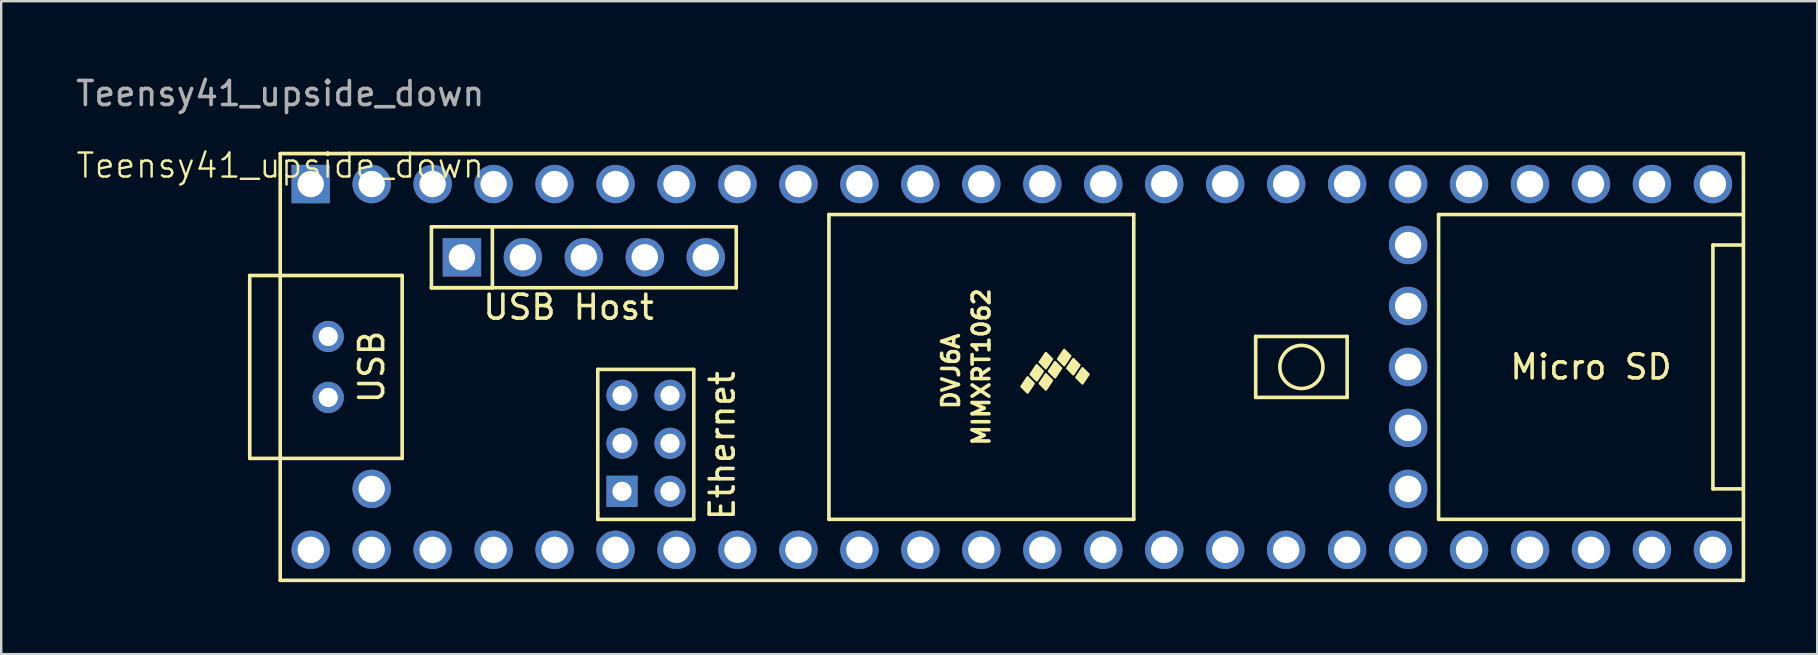
<source format=kicad_pcb>
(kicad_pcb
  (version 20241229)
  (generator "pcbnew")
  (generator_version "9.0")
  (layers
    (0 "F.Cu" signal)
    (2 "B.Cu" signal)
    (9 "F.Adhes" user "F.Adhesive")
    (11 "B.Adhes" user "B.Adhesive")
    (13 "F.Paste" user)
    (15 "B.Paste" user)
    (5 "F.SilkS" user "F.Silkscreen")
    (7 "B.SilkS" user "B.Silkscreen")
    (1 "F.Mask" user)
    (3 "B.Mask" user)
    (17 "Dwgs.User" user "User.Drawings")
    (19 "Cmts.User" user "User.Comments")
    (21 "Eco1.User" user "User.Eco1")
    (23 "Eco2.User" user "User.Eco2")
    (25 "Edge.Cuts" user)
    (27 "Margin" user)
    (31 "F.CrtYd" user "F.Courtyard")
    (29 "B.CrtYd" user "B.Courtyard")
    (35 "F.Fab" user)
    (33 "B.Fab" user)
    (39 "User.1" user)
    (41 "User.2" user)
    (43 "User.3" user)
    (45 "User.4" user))
  (footprint "Teensy41_upside_down"
    (layer "F.Cu")
    (at 8.625 3.348)
    (property "Reference" "Teensy41_upside_down" (at 0 0.5 0) (unlocked yes) (layer "F.SilkS") (effects (font (size 1 1) (thickness 0.1))))
    (attr through_hole)
    (fp_line (start -1.27 5.08) (end -1.27 12.7) (stroke (width 0.15) (type solid)) (layer "F.SilkS"))
    (fp_line (start -1.27 12.7) (end 0 12.7) (stroke (width 0.15) (type solid)) (layer "F.SilkS"))
    (fp_line (start 0 0) (end 0 17.78) (stroke (width 0.15) (type solid)) (layer "F.SilkS"))
    (fp_line (start 0 5.08) (end -1.27 5.08) (stroke (width 0.15) (type solid)) (layer "F.SilkS"))
    (fp_line (start 0 17.78) (end 60.96 17.78) (stroke (width 0.15) (type solid)) (layer "F.SilkS"))
    (fp_line (start 5.08 5.08) (end 0 5.08) (stroke (width 0.15) (type solid)) (layer "F.SilkS"))
    (fp_line (start 5.08 5.08) (end 5.08 12.7) (stroke (width 0.15) (type solid)) (layer "F.SilkS"))
    (fp_line (start 5.08 12.7) (end 0 12.7) (stroke (width 0.15) (type solid)) (layer "F.SilkS"))
    (fp_line (start 6.299 3.051) (end 6.299 5.591) (stroke (width 0.15) (type solid)) (layer "F.SilkS"))
    (fp_line (start 6.299 5.591) (end 8.839 5.591) (stroke (width 0.15) (type solid)) (layer "F.SilkS"))
    (fp_line (start 6.299 5.591) (end 18.999 5.591) (stroke (width 0.15) (type solid)) (layer "F.SilkS"))
    (fp_line (start 8.839 5.591) (end 8.839 3.051) (stroke (width 0.15) (type solid)) (layer "F.SilkS"))
    (fp_line (start 13.23 8.992) (end 17.23 8.992) (stroke (width 0.15) (type solid)) (layer "F.SilkS"))
    (fp_line (start 13.23 14.992) (end 13.23 8.992) (stroke (width 0.15) (type solid)) (layer "F.SilkS"))
    (fp_line (start 13.23 15.242) (end 13.23 14.992) (stroke (width 0.15) (type solid)) (layer "F.SilkS"))
    (fp_line (start 17.23 8.992) (end 17.23 15.242) (stroke (width 0.15) (type solid)) (layer "F.SilkS"))
    (fp_line (start 17.23 15.242) (end 13.23 15.242) (stroke (width 0.15) (type solid)) (layer "F.SilkS"))
    (fp_line (start 18.999 3.051) (end 6.299 3.051) (stroke (width 0.15) (type solid)) (layer "F.SilkS"))
    (fp_line (start 18.999 5.591) (end 18.999 3.051) (stroke (width 0.15) (type solid)) (layer "F.SilkS"))
    (fp_line (start 22.86 2.54) (end 35.56 2.54) (stroke (width 0.15) (type solid)) (layer "F.SilkS"))
    (fp_line (start 22.86 15.24) (end 22.86 2.54) (stroke (width 0.15) (type solid)) (layer "F.SilkS"))
    (fp_line (start 35.56 2.54) (end 35.56 15.24) (stroke (width 0.15) (type solid)) (layer "F.SilkS"))
    (fp_line (start 35.56 15.24) (end 22.86 15.24) (stroke (width 0.15) (type solid)) (layer "F.SilkS"))
    (fp_line (start 40.64 7.62) (end 40.64 10.16) (stroke (width 0.15) (type solid)) (layer "F.SilkS"))
    (fp_line (start 40.64 10.16) (end 44.45 10.16) (stroke (width 0.15) (type solid)) (layer "F.SilkS"))
    (fp_line (start 44.45 7.62) (end 40.64 7.62) (stroke (width 0.15) (type solid)) (layer "F.SilkS"))
    (fp_line (start 44.45 10.16) (end 44.45 7.62) (stroke (width 0.15) (type solid)) (layer "F.SilkS"))
    (fp_line (start 48.26 2.54) (end 60.96 2.54) (stroke (width 0.15) (type solid)) (layer "F.SilkS"))
    (fp_line (start 48.26 15.24) (end 48.26 2.54) (stroke (width 0.15) (type solid)) (layer "F.SilkS"))
    (fp_line (start 59.69 3.81) (end 60.96 3.81) (stroke (width 0.15) (type solid)) (layer "F.SilkS"))
    (fp_line (start 59.69 13.97) (end 59.69 3.81) (stroke (width 0.15) (type solid)) (layer "F.SilkS"))
    (fp_line (start 60.96 0) (end 0 0) (stroke (width 0.15) (type solid)) (layer "F.SilkS"))
    (fp_line (start 60.96 13.97) (end 59.69 13.97) (stroke (width 0.15) (type solid)) (layer "F.SilkS"))
    (fp_line (start 60.96 15.24) (end 48.26 15.24) (stroke (width 0.15) (type solid)) (layer "F.SilkS"))
    (fp_line (start 60.96 17.78) (end 60.96 0) (stroke (width 0.15) (type solid)) (layer "F.SilkS"))
    (fp_circle (center 42.545 8.89) (end 43.18 9.525) (stroke (width 0.15) (type solid)) (fill no) (layer "F.SilkS"))
    (fp_poly (pts (xy 31.391 9.578) (xy 31.137 9.324) (xy 30.883 9.705) (xy 31.137 9.959)) (stroke (width 0.1) (type solid)) (fill yes) (layer "F.SilkS"))
    (fp_poly (pts (xy 31.772 9.07) (xy 31.518 8.816) (xy 31.264 9.197) (xy 31.518 9.451)) (stroke (width 0.1) (type solid)) (fill yes) (layer "F.SilkS"))
    (fp_poly (pts (xy 32.153 8.562) (xy 31.899 8.308) (xy 31.645 8.689) (xy 31.899 8.943)) (stroke (width 0.1) (type solid)) (fill yes) (layer "F.SilkS"))
    (fp_poly (pts (xy 32.153 9.451) (xy 31.899 9.197) (xy 31.645 9.578) (xy 31.899 9.832)) (stroke (width 0.1) (type solid)) (fill yes) (layer "F.SilkS"))
    (fp_poly (pts (xy 32.534 8.943) (xy 32.28 8.689) (xy 32.026 9.07) (xy 32.28 9.324)) (stroke (width 0.1) (type solid)) (fill yes) (layer "F.SilkS"))
    (fp_poly (pts (xy 32.915 8.435) (xy 32.661 8.181) (xy 32.407 8.562) (xy 32.661 8.816)) (stroke (width 0.1) (type solid)) (fill yes) (layer "F.SilkS"))
    (fp_poly (pts (xy 33.296 8.816) (xy 33.042 8.562) (xy 32.788 8.943) (xy 33.042 9.197)) (stroke (width 0.1) (type solid)) (fill yes) (layer "F.SilkS"))
    (fp_poly (pts (xy 33.677 9.197) (xy 33.423 8.943) (xy 33.169 9.324) (xy 33.423 9.578)) (stroke (width 0.1) (type solid)) (fill yes) (layer "F.SilkS"))
    (fp_text user "MIMXRT1062" (at 29.21 8.89 270) (layer "F.SilkS") (effects (font (size 0.7 0.7) (thickness 0.15))))
    (fp_text user "Ethernet" (at 18.415 12.167 90) (layer "F.SilkS") (effects (font (size 1 1) (thickness 0.15))))
    (fp_text user "USB" (at 3.81 8.89 270) (layer "F.SilkS") (effects (font (size 1 1) (thickness 0.15))))
    (fp_text user "DVJ6A" (at 27.94 9.07 270) (layer "F.SilkS") (effects (font (size 0.7 0.7) (thickness 0.15))))
    (fp_text user "USB Host" (at 12.014 6.401 0) (layer "F.SilkS") (effects (font (size 1 1) (thickness 0.15))))
    (fp_text user "Micro SD" (at 54.61 8.89 0) (layer "F.SilkS") (effects (font (size 1 1) (thickness 0.15))))
    (fp_text user "${REFERENCE}" (at 0 -2.5 0) (unlocked yes) (layer "F.Fab") (effects (font (size 1 1) (thickness 0.15))))
    (pad "1" thru_hole rect (at 1.27 1.27) (size 1.6 1.6) (drill 1.1) (layers "*.Cu" "*.Mask"))
    (pad "2" thru_hole circle (at 3.81 1.27) (size 1.6 1.6) (drill 1.1) (layers "*.Cu" "*.Mask"))
    (pad "3" thru_hole circle (at 6.35 1.27) (size 1.6 1.6) (drill 1.1) (layers "*.Cu" "*.Mask"))
    (pad "4" thru_hole circle (at 8.89 1.27) (size 1.6 1.6) (drill 1.1) (layers "*.Cu" "*.Mask"))
    (pad "5" thru_hole circle (at 11.43 1.27) (size 1.6 1.6) (drill 1.1) (layers "*.Cu" "*.Mask"))
    (pad "6" thru_hole circle (at 13.97 1.27) (size 1.6 1.6) (drill 1.1) (layers "*.Cu" "*.Mask"))
    (pad "7" thru_hole circle (at 16.51 1.27) (size 1.6 1.6) (drill 1.1) (layers "*.Cu" "*.Mask"))
    (pad "8" thru_hole circle (at 19.05 1.27) (size 1.6 1.6) (drill 1.1) (layers "*.Cu" "*.Mask"))
    (pad "9" thru_hole circle (at 21.59 1.27) (size 1.6 1.6) (drill 1.1) (layers "*.Cu" "*.Mask"))
    (pad "10" thru_hole circle (at 24.13 1.27) (size 1.6 1.6) (drill 1.1) (layers "*.Cu" "*.Mask"))
    (pad "11" thru_hole circle (at 26.67 1.27) (size 1.6 1.6) (drill 1.1) (layers "*.Cu" "*.Mask"))
    (pad "12" thru_hole circle (at 29.21 1.27) (size 1.6 1.6) (drill 1.1) (layers "*.Cu" "*.Mask"))
    (pad "13" thru_hole circle (at 31.75 1.27) (size 1.6 1.6) (drill 1.1) (layers "*.Cu" "*.Mask"))
    (pad "14" thru_hole circle (at 34.29 1.27) (size 1.6 1.6) (drill 1.1) (layers "*.Cu" "*.Mask"))
    (pad "15" thru_hole circle (at 36.83 1.27) (size 1.6 1.6) (drill 1.1) (layers "*.Cu" "*.Mask"))
    (pad "16" thru_hole circle (at 39.37 1.27) (size 1.6 1.6) (drill 1.1) (layers "*.Cu" "*.Mask"))
    (pad "17" thru_hole circle (at 41.91 1.27) (size 1.6 1.6) (drill 1.1) (layers "*.Cu" "*.Mask"))
    (pad "18" thru_hole circle (at 44.45 1.27) (size 1.6 1.6) (drill 1.1) (layers "*.Cu" "*.Mask"))
    (pad "19" thru_hole circle (at 46.99 1.27) (size 1.6 1.6) (drill 1.1) (layers "*.Cu" "*.Mask"))
    (pad "20" thru_hole circle (at 49.53 1.27) (size 1.6 1.6) (drill 1.1) (layers "*.Cu" "*.Mask"))
    (pad "21" thru_hole circle (at 52.07 1.27) (size 1.6 1.6) (drill 1.1) (layers "*.Cu" "*.Mask"))
    (pad "22" thru_hole circle (at 54.61 1.27) (size 1.6 1.6) (drill 1.1) (layers "*.Cu" "*.Mask"))
    (pad "23" thru_hole circle (at 57.15 1.27) (size 1.6 1.6) (drill 1.1) (layers "*.Cu" "*.Mask"))
    (pad "24" thru_hole circle (at 59.69 1.27) (size 1.6 1.6) (drill 1.1) (layers "*.Cu" "*.Mask"))
    (pad "25" thru_hole circle (at 59.69 16.51) (size 1.6 1.6) (drill 1.1) (layers "*.Cu" "*.Mask"))
    (pad "26" thru_hole circle (at 57.15 16.51) (size 1.6 1.6) (drill 1.1) (layers "*.Cu" "*.Mask"))
    (pad "27" thru_hole circle (at 54.61 16.51) (size 1.6 1.6) (drill 1.1) (layers "*.Cu" "*.Mask"))
    (pad "28" thru_hole circle (at 52.07 16.51) (size 1.6 1.6) (drill 1.1) (layers "*.Cu" "*.Mask"))
    (pad "29" thru_hole circle (at 49.53 16.51) (size 1.6 1.6) (drill 1.1) (layers "*.Cu" "*.Mask"))
    (pad "30" thru_hole circle (at 46.99 16.51) (size 1.6 1.6) (drill 1.1) (layers "*.Cu" "*.Mask"))
    (pad "31" thru_hole circle (at 44.45 16.51) (size 1.6 1.6) (drill 1.1) (layers "*.Cu" "*.Mask"))
    (pad "32" thru_hole circle (at 41.91 16.51) (size 1.6 1.6) (drill 1.1) (layers "*.Cu" "*.Mask"))
    (pad "33" thru_hole circle (at 39.37 16.51) (size 1.6 1.6) (drill 1.1) (layers "*.Cu" "*.Mask"))
    (pad "34" thru_hole circle (at 36.83 16.51) (size 1.6 1.6) (drill 1.1) (layers "*.Cu" "*.Mask"))
    (pad "35" thru_hole circle (at 34.29 16.51) (size 1.6 1.6) (drill 1.1) (layers "*.Cu" "*.Mask"))
    (pad "36" thru_hole circle (at 31.75 16.51) (size 1.6 1.6) (drill 1.1) (layers "*.Cu" "*.Mask"))
    (pad "37" thru_hole circle (at 29.21 16.51) (size 1.6 1.6) (drill 1.1) (layers "*.Cu" "*.Mask"))
    (pad "38" thru_hole circle (at 26.67 16.51) (size 1.6 1.6) (drill 1.1) (layers "*.Cu" "*.Mask"))
    (pad "39" thru_hole circle (at 24.13 16.51) (size 1.6 1.6) (drill 1.1) (layers "*.Cu" "*.Mask"))
    (pad "40" thru_hole circle (at 21.59 16.51) (size 1.6 1.6) (drill 1.1) (layers "*.Cu" "*.Mask"))
    (pad "41" thru_hole circle (at 19.05 16.51) (size 1.6 1.6) (drill 1.1) (layers "*.Cu" "*.Mask"))
    (pad "42" thru_hole circle (at 16.51 16.51) (size 1.6 1.6) (drill 1.1) (layers "*.Cu" "*.Mask"))
    (pad "43" thru_hole circle (at 13.97 16.51) (size 1.6 1.6) (drill 1.1) (layers "*.Cu" "*.Mask"))
    (pad "44" thru_hole circle (at 11.43 16.51) (size 1.6 1.6) (drill 1.1) (layers "*.Cu" "*.Mask"))
    (pad "45" thru_hole circle (at 8.89 16.51) (size 1.6 1.6) (drill 1.1) (layers "*.Cu" "*.Mask"))
    (pad "46" thru_hole circle (at 6.35 16.51) (size 1.6 1.6) (drill 1.1) (layers "*.Cu" "*.Mask"))
    (pad "47" thru_hole circle (at 3.81 16.51) (size 1.6 1.6) (drill 1.1) (layers "*.Cu" "*.Mask"))
    (pad "48" thru_hole circle (at 1.27 16.51) (size 1.6 1.6) (drill 1.1) (layers "*.Cu" "*.Mask"))
    (pad "49" thru_hole circle (at 3.81 13.97) (size 1.6 1.6) (drill 1.1) (layers "*.Cu" "*.Mask"))
    (pad "50" thru_hole circle (at 46.99 3.81) (size 1.6 1.6) (drill 1.1) (layers "*.Cu" "*.Mask"))
    (pad "51" thru_hole circle (at 46.99 6.35) (size 1.6 1.6) (drill 1.1) (layers "*.Cu" "*.Mask"))
    (pad "52" thru_hole circle (at 46.99 8.89) (size 1.6 1.6) (drill 1.1) (layers "*.Cu" "*.Mask"))
    (pad "53" thru_hole circle (at 46.99 11.43) (size 1.6 1.6) (drill 1.1) (layers "*.Cu" "*.Mask"))
    (pad "54" thru_hole circle (at 46.99 13.97) (size 1.6 1.6) (drill 1.1) (layers "*.Cu" "*.Mask"))
    (pad "55" thru_hole rect (at 7.569 4.321) (size 1.6 1.6) (drill 1.1) (layers "*.Cu" "*.Mask"))
    (pad "56" thru_hole circle (at 10.109 4.321) (size 1.6 1.6) (drill 1.1) (layers "*.Cu" "*.Mask"))
    (pad "57" thru_hole circle (at 12.649 4.321) (size 1.6 1.6) (drill 1.1) (layers "*.Cu" "*.Mask"))
    (pad "58" thru_hole circle (at 15.189 4.321) (size 1.6 1.6) (drill 1.1) (layers "*.Cu" "*.Mask"))
    (pad "59" thru_hole circle (at 17.729 4.321) (size 1.6 1.6) (drill 1.1) (layers "*.Cu" "*.Mask"))
    (pad "60" thru_hole rect (at 14.24 14.072) (size 1.3 1.3) (drill 0.8) (layers "*.Cu" "*.Mask"))
    (pad "61" thru_hole circle (at 14.24 12.072) (size 1.3 1.3) (drill 0.8) (layers "*.Cu" "*.Mask"))
    (pad "62" thru_hole circle (at 14.24 10.072) (size 1.3 1.3) (drill 0.8) (layers "*.Cu" "*.Mask"))
    (pad "63" thru_hole circle (at 16.24 10.072) (size 1.3 1.3) (drill 0.8) (layers "*.Cu" "*.Mask"))
    (pad "64" thru_hole circle (at 16.24 12.072) (size 1.3 1.3) (drill 0.8) (layers "*.Cu" "*.Mask"))
    (pad "65" thru_hole circle (at 16.24 14.072) (size 1.3 1.3) (drill 0.8) (layers "*.Cu" "*.Mask"))
    (pad "66" thru_hole circle (at 2 10.16) (size 1.3 1.3) (drill 0.8) (layers "*.Cu" "*.Mask"))
    (pad "67" thru_hole circle (at 2 7.62) (size 1.3 1.3) (drill 0.8) (layers "*.Cu" "*.Mask")))
  (gr_rect
    (start -3 -3)
    (end 72.66 24.203)
    (stroke (width 0.1) (type default))
    (fill no)
    (layer "Edge.Cuts")))
</source>
